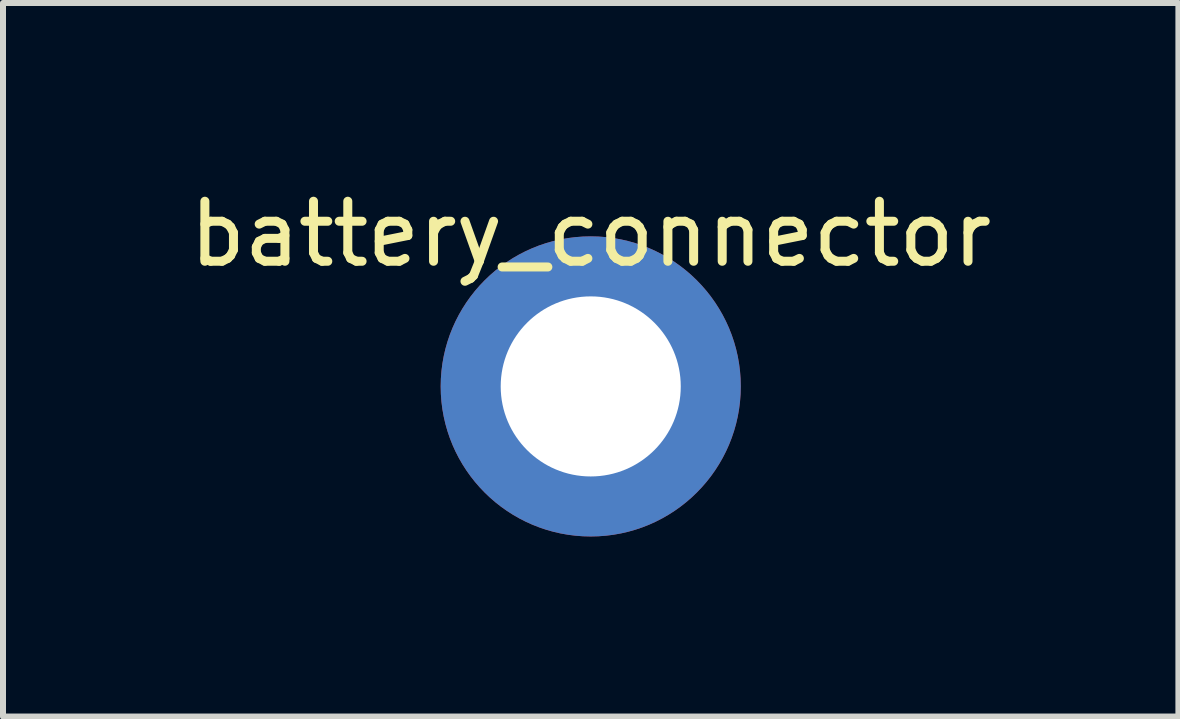
<source format=kicad_pcb>
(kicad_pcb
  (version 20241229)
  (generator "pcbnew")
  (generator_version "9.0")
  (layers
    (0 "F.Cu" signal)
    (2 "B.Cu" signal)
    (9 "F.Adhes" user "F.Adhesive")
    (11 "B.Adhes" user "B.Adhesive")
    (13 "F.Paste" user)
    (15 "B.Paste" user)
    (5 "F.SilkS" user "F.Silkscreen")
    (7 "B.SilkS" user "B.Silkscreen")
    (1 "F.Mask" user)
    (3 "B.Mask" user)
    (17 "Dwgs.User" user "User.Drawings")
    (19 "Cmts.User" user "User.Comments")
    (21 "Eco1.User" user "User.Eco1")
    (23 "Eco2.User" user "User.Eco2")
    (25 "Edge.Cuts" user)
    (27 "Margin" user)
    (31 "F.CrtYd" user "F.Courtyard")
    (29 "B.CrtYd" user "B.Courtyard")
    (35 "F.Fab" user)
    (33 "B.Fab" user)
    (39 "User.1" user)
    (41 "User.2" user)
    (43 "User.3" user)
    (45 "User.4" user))
  (footprint "battery_connector"
    (layer "F.Cu")
    (at 6.792 3.388)
    (property "Reference" "battery_connector" (at 0 -2.54 0) (layer "F.SilkS") (effects (font (size 1 1) (thickness 0.15))))
    (attr through_hole)
    (pad "1" thru_hole circle (at 0 0) (size 5 5) (drill 3) (layers "*.Cu" "*.Mask")))
  (gr_rect
    (start -3 -3)
    (end 16.583 8.888)
    (stroke (width 0.1) (type default))
    (fill no)
    (layer "Edge.Cuts")))
</source>
